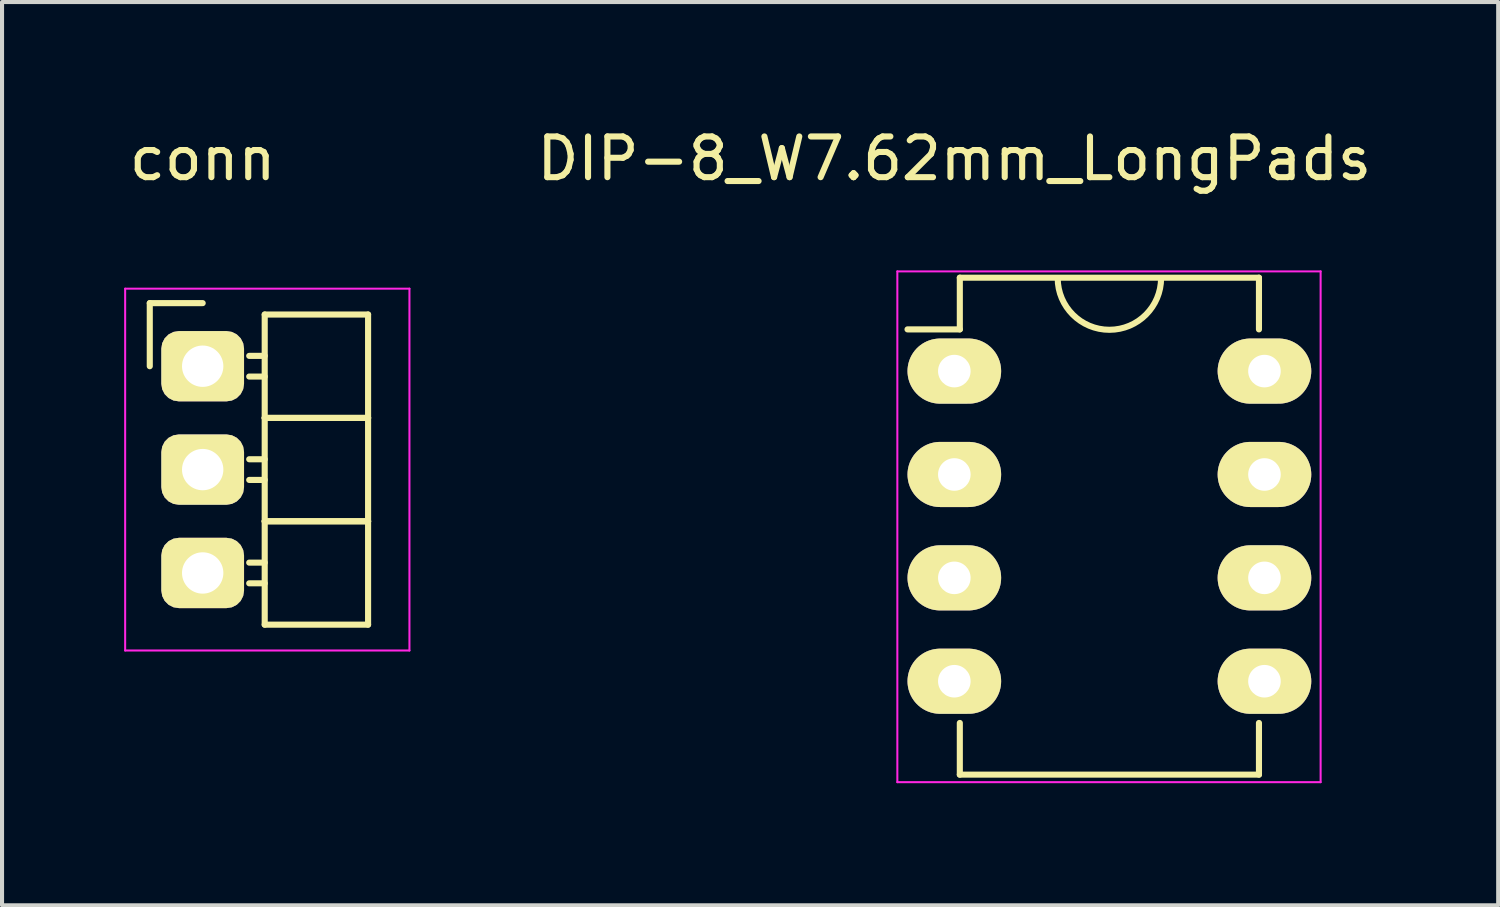
<source format=kicad_pcb>
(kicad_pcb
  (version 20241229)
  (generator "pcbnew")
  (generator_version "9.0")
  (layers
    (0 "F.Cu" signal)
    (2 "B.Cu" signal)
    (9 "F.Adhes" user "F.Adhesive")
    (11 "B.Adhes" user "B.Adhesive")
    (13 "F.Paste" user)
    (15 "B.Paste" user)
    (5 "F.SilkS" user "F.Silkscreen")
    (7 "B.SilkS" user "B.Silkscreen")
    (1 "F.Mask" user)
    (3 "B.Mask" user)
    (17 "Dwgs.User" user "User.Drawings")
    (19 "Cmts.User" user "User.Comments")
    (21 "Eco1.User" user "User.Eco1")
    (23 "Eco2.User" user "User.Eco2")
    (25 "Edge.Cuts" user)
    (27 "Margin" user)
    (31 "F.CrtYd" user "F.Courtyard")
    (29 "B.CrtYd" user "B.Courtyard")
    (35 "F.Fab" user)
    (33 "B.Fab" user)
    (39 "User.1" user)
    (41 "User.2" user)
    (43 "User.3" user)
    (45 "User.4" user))
  (footprint "DIP-8_W7.62mm_LongPads"
    (layer "F.Cu")
    (at 20.398 6.068)
    (property "Reference" "DIP-8_W7.62mm_LongPads" (at 0 -5.22 0) (layer "F.SilkS") (effects (font (size 1 1) (thickness 0.15))))
    (attr through_hole)
    (fp_line (start 0.135 -2.295) (end 0.135 -1.025) (stroke (width 0.15) (type solid)) (layer "F.SilkS"))
    (fp_line (start 0.135 -2.295) (end 7.485 -2.295) (stroke (width 0.15) (type solid)) (layer "F.SilkS"))
    (fp_line (start 0.135 -1.025) (end -1.15 -1.025) (stroke (width 0.15) (type solid)) (layer "F.SilkS"))
    (fp_line (start 0.135 9.915) (end 0.135 8.645) (stroke (width 0.15) (type solid)) (layer "F.SilkS"))
    (fp_line (start 0.135 9.915) (end 7.485 9.915) (stroke (width 0.15) (type solid)) (layer "F.SilkS"))
    (fp_line (start 7.485 -2.295) (end 7.485 -1.025) (stroke (width 0.15) (type solid)) (layer "F.SilkS"))
    (fp_line (start 7.485 9.915) (end 7.485 8.645) (stroke (width 0.15) (type solid)) (layer "F.SilkS"))
    (fp_arc (start 5.08 -2.286) (mid 3.811109 -1.016) (end 2.540002 -2.283783) (stroke (width 0.15) (type solid)) (layer "F.SilkS"))
    (fp_line (start -1.4 -2.45) (end -1.4 10.1) (stroke (width 0.05) (type solid)) (layer "F.CrtYd"))
    (fp_line (start -1.4 -2.45) (end 9 -2.45) (stroke (width 0.05) (type solid)) (layer "F.CrtYd"))
    (fp_line (start -1.4 10.1) (end 9 10.1) (stroke (width 0.05) (type solid)) (layer "F.CrtYd"))
    (fp_line (start 9 -2.45) (end 9 10.1) (stroke (width 0.05) (type solid)) (layer "F.CrtYd"))
    (pad "1" thru_hole oval (at 0 0) (size 2.3 1.6) (drill 0.8) (layers "*.Cu" "*.Mask" "F.SilkS"))
    (pad "2" thru_hole oval (at 0 2.54) (size 2.3 1.6) (drill 0.8) (layers "*.Cu" "*.Mask" "F.SilkS"))
    (pad "3" thru_hole oval (at 0 5.08) (size 2.3 1.6) (drill 0.8) (layers "*.Cu" "*.Mask" "F.SilkS"))
    (pad "4" thru_hole oval (at 0 7.62) (size 2.3 1.6) (drill 0.8) (layers "*.Cu" "*.Mask" "F.SilkS"))
    (pad "5" thru_hole oval (at 7.62 7.62) (size 2.3 1.6) (drill 0.8) (layers "*.Cu" "*.Mask" "F.SilkS"))
    (pad "6" thru_hole oval (at 7.62 5.08) (size 2.3 1.6) (drill 0.8) (layers "*.Cu" "*.Mask" "F.SilkS"))
    (pad "7" thru_hole oval (at 7.62 2.54) (size 2.3 1.6) (drill 0.8) (layers "*.Cu" "*.Mask" "F.SilkS"))
    (pad "8" thru_hole oval (at 7.62 0) (size 2.3 1.6) (drill 0.8) (layers "*.Cu" "*.Mask" "F.SilkS")))
  (footprint "conn"
    (layer "F.Cu")
    (at 1.93 5.948)
    (property "Reference" "conn" (at 0 -5.1 0) (layer "F.SilkS") (effects (font (size 1 1) (thickness 0.15))))
    (attr through_hole)
    (fp_line (start -1.3 -1.55) (end -1.3 0) (stroke (width 0.15) (type solid)) (layer "F.SilkS"))
    (fp_line (start 0 -1.55) (end -1.3 -1.55) (stroke (width 0.15) (type solid)) (layer "F.SilkS"))
    (fp_line (start 1.524 -1.27) (end 1.524 1.27) (stroke (width 0.15) (type solid)) (layer "F.SilkS"))
    (fp_line (start 1.524 -1.27) (end 4.064 -1.27) (stroke (width 0.15) (type solid)) (layer "F.SilkS"))
    (fp_line (start 1.524 -0.254) (end 1.143 -0.254) (stroke (width 0.15) (type solid)) (layer "F.SilkS"))
    (fp_line (start 1.524 0.254) (end 1.143 0.254) (stroke (width 0.15) (type solid)) (layer "F.SilkS"))
    (fp_line (start 1.524 1.27) (end 1.524 3.81) (stroke (width 0.15) (type solid)) (layer "F.SilkS"))
    (fp_line (start 1.524 1.27) (end 4.064 1.27) (stroke (width 0.15) (type solid)) (layer "F.SilkS"))
    (fp_line (start 1.524 1.27) (end 4.064 1.27) (stroke (width 0.15) (type solid)) (layer "F.SilkS"))
    (fp_line (start 1.524 2.286) (end 1.143 2.286) (stroke (width 0.15) (type solid)) (layer "F.SilkS"))
    (fp_line (start 1.524 2.794) (end 1.143 2.794) (stroke (width 0.15) (type solid)) (layer "F.SilkS"))
    (fp_line (start 1.524 3.81) (end 1.524 6.35) (stroke (width 0.15) (type solid)) (layer "F.SilkS"))
    (fp_line (start 1.524 3.81) (end 4.064 3.81) (stroke (width 0.15) (type solid)) (layer "F.SilkS"))
    (fp_line (start 1.524 3.81) (end 4.064 3.81) (stroke (width 0.15) (type solid)) (layer "F.SilkS"))
    (fp_line (start 1.524 4.826) (end 1.143 4.826) (stroke (width 0.15) (type solid)) (layer "F.SilkS"))
    (fp_line (start 1.524 5.334) (end 1.143 5.334) (stroke (width 0.15) (type solid)) (layer "F.SilkS"))
    (fp_line (start 1.524 6.35) (end 4.064 6.35) (stroke (width 0.15) (type solid)) (layer "F.SilkS"))
    (fp_line (start 4.064 1.27) (end 4.064 -1.27) (stroke (width 0.15) (type solid)) (layer "F.SilkS"))
    (fp_line (start 4.064 3.81) (end 4.064 1.27) (stroke (width 0.15) (type solid)) (layer "F.SilkS"))
    (fp_line (start 4.064 6.35) (end 4.064 3.81) (stroke (width 0.15) (type solid)) (layer "F.SilkS"))
    (fp_line (start -1.905 -1.905) (end -1.905 6.985) (stroke (width 0.05) (type solid)) (layer "F.CrtYd"))
    (fp_line (start -1.905 -1.905) (end 5.08 -1.905) (stroke (width 0.05) (type solid)) (layer "F.CrtYd"))
    (fp_line (start -1.905 6.985) (end 5.08 6.985) (stroke (width 0.05) (type solid)) (layer "F.CrtYd"))
    (fp_line (start 5.08 -1.905) (end 5.08 6.985) (stroke (width 0.05) (type solid)) (layer "F.CrtYd"))
    (pad "1" thru_hole roundrect (at 0 0) (size 2.032 1.727) (drill 1.016) (layers "*.Cu" "*.Mask" "F.SilkS") (roundrect_rratio 0.25))
    (pad "2" thru_hole roundrect (at 0 2.54) (size 2.032 1.727) (drill 1.016) (layers "*.Cu" "*.Mask" "F.SilkS") (roundrect_rratio 0.25))
    (pad "3" thru_hole roundrect (at 0 5.08) (size 2.032 1.727) (drill 1.016) (layers "*.Cu" "*.Mask" "F.SilkS") (roundrect_rratio 0.25)))
  (gr_rect
    (start -3 -3)
    (end 33.761 19.193)
    (stroke (width 0.1) (type default))
    (fill no)
    (layer "Edge.Cuts")))
</source>
